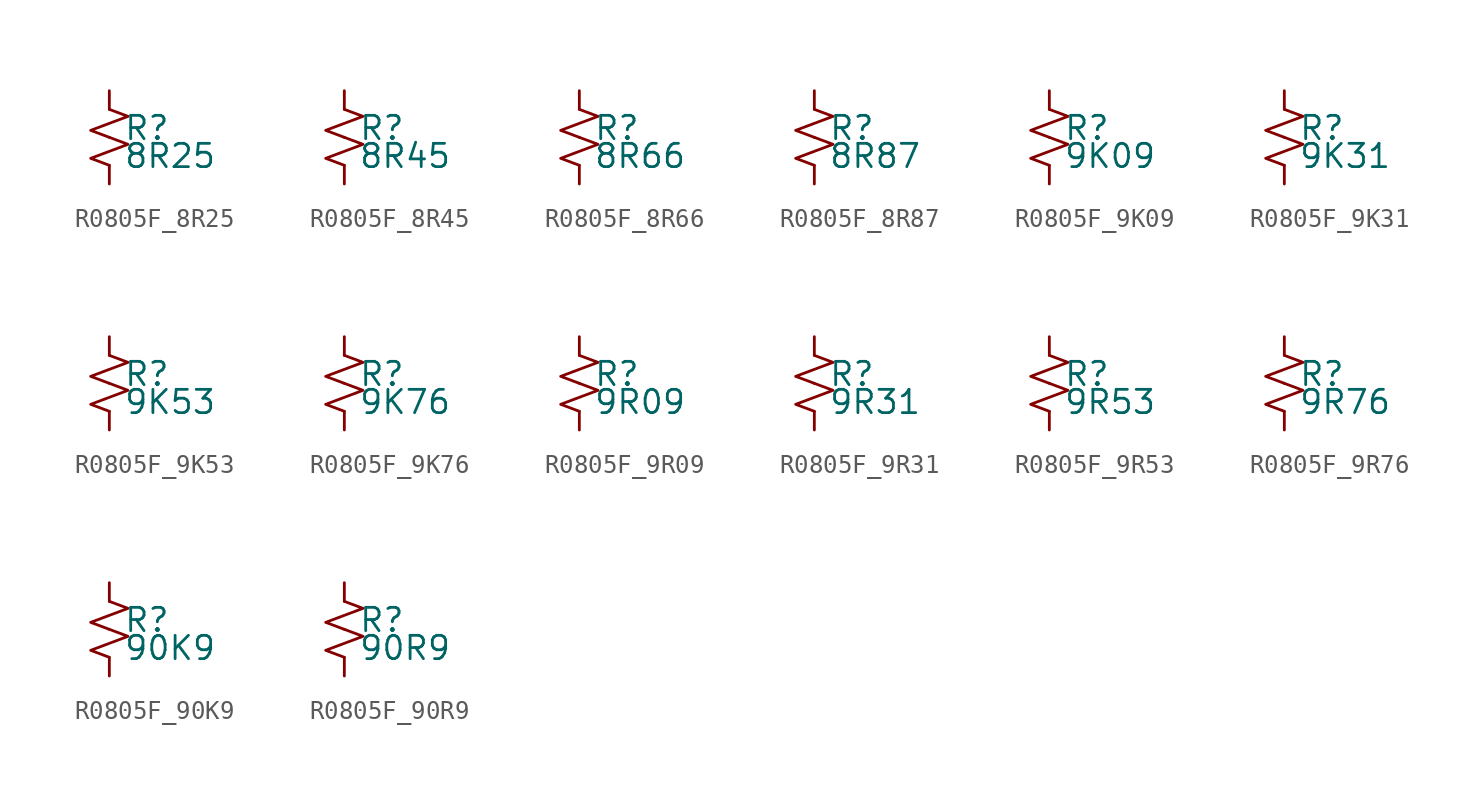
<source format=kicad_sym>
(kicad_symbol_lib
  (version 20220914)
  (generator kicad_symbol_editor)
  (symbol "R0805F_8R25"
    (pin_numbers hide)
    (pin_names
      (offset 0.254) hide)
    (property "Reference" "R"
      (at 0.762 0.508 0)
      (effects (font (size 1.27 1.27)) (justify left)))
    (property "Value" "8R25"
      (at 0.762 -1.016 0)
      (effects (font (size 1.27 1.27)) (justify left)))
    (symbol "R0805F_8R25_1_1"
      (polyline (pts (xy 0 0) (xy 1.016 -0.381) (xy 0 -0.762) (xy -1.016 -1.143) (xy 0 -1.524)) (stroke (width 0) (type default)) (fill (type none)))
      (polyline (pts (xy 0 1.524) (xy 1.016 1.143) (xy 0 0.762) (xy -1.016 0.381) (xy 0 0)) (stroke (width 0) (type default)) (fill (type none)))
      (pin passive line (at 0 2.54 270) (length 1.016) (name "~" (effects (font (size 1.27 1.27)))) (number "1" (effects (font (size 1.27 1.27)))))
      (pin passive line (at 0 -2.54 90) (length 1.016) (name "~" (effects (font (size 1.27 1.27)))) (number "2" (effects (font (size 1.27 1.27)))))))
  (symbol "R0805F_8R45"
    (pin_numbers hide)
    (pin_names
      (offset 0.254) hide)
    (property "Reference" "R"
      (at 0.762 0.508 0)
      (effects (font (size 1.27 1.27)) (justify left)))
    (property "Value" "8R45"
      (at 0.762 -1.016 0)
      (effects (font (size 1.27 1.27)) (justify left)))
    (symbol "R0805F_8R45_1_1"
      (polyline (pts (xy 0 0) (xy 1.016 -0.381) (xy 0 -0.762) (xy -1.016 -1.143) (xy 0 -1.524)) (stroke (width 0) (type default)) (fill (type none)))
      (polyline (pts (xy 0 1.524) (xy 1.016 1.143) (xy 0 0.762) (xy -1.016 0.381) (xy 0 0)) (stroke (width 0) (type default)) (fill (type none)))
      (pin passive line (at 0 2.54 270) (length 1.016) (name "~" (effects (font (size 1.27 1.27)))) (number "1" (effects (font (size 1.27 1.27)))))
      (pin passive line (at 0 -2.54 90) (length 1.016) (name "~" (effects (font (size 1.27 1.27)))) (number "2" (effects (font (size 1.27 1.27)))))))
  (symbol "R0805F_8R66"
    (pin_numbers hide)
    (pin_names
      (offset 0.254) hide)
    (property "Reference" "R"
      (at 0.762 0.508 0)
      (effects (font (size 1.27 1.27)) (justify left)))
    (property "Value" "8R66"
      (at 0.762 -1.016 0)
      (effects (font (size 1.27 1.27)) (justify left)))
    (symbol "R0805F_8R66_1_1"
      (polyline (pts (xy 0 0) (xy 1.016 -0.381) (xy 0 -0.762) (xy -1.016 -1.143) (xy 0 -1.524)) (stroke (width 0) (type default)) (fill (type none)))
      (polyline (pts (xy 0 1.524) (xy 1.016 1.143) (xy 0 0.762) (xy -1.016 0.381) (xy 0 0)) (stroke (width 0) (type default)) (fill (type none)))
      (pin passive line (at 0 2.54 270) (length 1.016) (name "~" (effects (font (size 1.27 1.27)))) (number "1" (effects (font (size 1.27 1.27)))))
      (pin passive line (at 0 -2.54 90) (length 1.016) (name "~" (effects (font (size 1.27 1.27)))) (number "2" (effects (font (size 1.27 1.27)))))))
  (symbol "R0805F_8R87"
    (pin_numbers hide)
    (pin_names
      (offset 0.254) hide)
    (property "Reference" "R"
      (at 0.762 0.508 0)
      (effects (font (size 1.27 1.27)) (justify left)))
    (property "Value" "8R87"
      (at 0.762 -1.016 0)
      (effects (font (size 1.27 1.27)) (justify left)))
    (symbol "R0805F_8R87_1_1"
      (polyline (pts (xy 0 0) (xy 1.016 -0.381) (xy 0 -0.762) (xy -1.016 -1.143) (xy 0 -1.524)) (stroke (width 0) (type default)) (fill (type none)))
      (polyline (pts (xy 0 1.524) (xy 1.016 1.143) (xy 0 0.762) (xy -1.016 0.381) (xy 0 0)) (stroke (width 0) (type default)) (fill (type none)))
      (pin passive line (at 0 2.54 270) (length 1.016) (name "~" (effects (font (size 1.27 1.27)))) (number "1" (effects (font (size 1.27 1.27)))))
      (pin passive line (at 0 -2.54 90) (length 1.016) (name "~" (effects (font (size 1.27 1.27)))) (number "2" (effects (font (size 1.27 1.27)))))))
  (symbol "R0805F_9K09"
    (pin_numbers hide)
    (pin_names
      (offset 0.254) hide)
    (property "Reference" "R"
      (at 0.762 0.508 0)
      (effects (font (size 1.27 1.27)) (justify left)))
    (property "Value" "9K09"
      (at 0.762 -1.016 0)
      (effects (font (size 1.27 1.27)) (justify left)))
    (symbol "R0805F_9K09_1_1"
      (polyline (pts (xy 0 0) (xy 1.016 -0.381) (xy 0 -0.762) (xy -1.016 -1.143) (xy 0 -1.524)) (stroke (width 0) (type default)) (fill (type none)))
      (polyline (pts (xy 0 1.524) (xy 1.016 1.143) (xy 0 0.762) (xy -1.016 0.381) (xy 0 0)) (stroke (width 0) (type default)) (fill (type none)))
      (pin passive line (at 0 2.54 270) (length 1.016) (name "~" (effects (font (size 1.27 1.27)))) (number "1" (effects (font (size 1.27 1.27)))))
      (pin passive line (at 0 -2.54 90) (length 1.016) (name "~" (effects (font (size 1.27 1.27)))) (number "2" (effects (font (size 1.27 1.27)))))))
  (symbol "R0805F_9K31"
    (pin_numbers hide)
    (pin_names
      (offset 0.254) hide)
    (property "Reference" "R"
      (at 0.762 0.508 0)
      (effects (font (size 1.27 1.27)) (justify left)))
    (property "Value" "9K31"
      (at 0.762 -1.016 0)
      (effects (font (size 1.27 1.27)) (justify left)))
    (symbol "R0805F_9K31_1_1"
      (polyline (pts (xy 0 0) (xy 1.016 -0.381) (xy 0 -0.762) (xy -1.016 -1.143) (xy 0 -1.524)) (stroke (width 0) (type default)) (fill (type none)))
      (polyline (pts (xy 0 1.524) (xy 1.016 1.143) (xy 0 0.762) (xy -1.016 0.381) (xy 0 0)) (stroke (width 0) (type default)) (fill (type none)))
      (pin passive line (at 0 2.54 270) (length 1.016) (name "~" (effects (font (size 1.27 1.27)))) (number "1" (effects (font (size 1.27 1.27)))))
      (pin passive line (at 0 -2.54 90) (length 1.016) (name "~" (effects (font (size 1.27 1.27)))) (number "2" (effects (font (size 1.27 1.27)))))))
  (symbol "R0805F_9K53"
    (pin_numbers hide)
    (pin_names
      (offset 0.254) hide)
    (property "Reference" "R"
      (at 0.762 0.508 0)
      (effects (font (size 1.27 1.27)) (justify left)))
    (property "Value" "9K53"
      (at 0.762 -1.016 0)
      (effects (font (size 1.27 1.27)) (justify left)))
    (symbol "R0805F_9K53_1_1"
      (polyline (pts (xy 0 0) (xy 1.016 -0.381) (xy 0 -0.762) (xy -1.016 -1.143) (xy 0 -1.524)) (stroke (width 0) (type default)) (fill (type none)))
      (polyline (pts (xy 0 1.524) (xy 1.016 1.143) (xy 0 0.762) (xy -1.016 0.381) (xy 0 0)) (stroke (width 0) (type default)) (fill (type none)))
      (pin passive line (at 0 2.54 270) (length 1.016) (name "~" (effects (font (size 1.27 1.27)))) (number "1" (effects (font (size 1.27 1.27)))))
      (pin passive line (at 0 -2.54 90) (length 1.016) (name "~" (effects (font (size 1.27 1.27)))) (number "2" (effects (font (size 1.27 1.27)))))))
  (symbol "R0805F_9K76"
    (pin_numbers hide)
    (pin_names
      (offset 0.254) hide)
    (property "Reference" "R"
      (at 0.762 0.508 0)
      (effects (font (size 1.27 1.27)) (justify left)))
    (property "Value" "9K76"
      (at 0.762 -1.016 0)
      (effects (font (size 1.27 1.27)) (justify left)))
    (symbol "R0805F_9K76_1_1"
      (polyline (pts (xy 0 0) (xy 1.016 -0.381) (xy 0 -0.762) (xy -1.016 -1.143) (xy 0 -1.524)) (stroke (width 0) (type default)) (fill (type none)))
      (polyline (pts (xy 0 1.524) (xy 1.016 1.143) (xy 0 0.762) (xy -1.016 0.381) (xy 0 0)) (stroke (width 0) (type default)) (fill (type none)))
      (pin passive line (at 0 2.54 270) (length 1.016) (name "~" (effects (font (size 1.27 1.27)))) (number "1" (effects (font (size 1.27 1.27)))))
      (pin passive line (at 0 -2.54 90) (length 1.016) (name "~" (effects (font (size 1.27 1.27)))) (number "2" (effects (font (size 1.27 1.27)))))))
  (symbol "R0805F_9R09"
    (pin_numbers hide)
    (pin_names
      (offset 0.254) hide)
    (property "Reference" "R"
      (at 0.762 0.508 0)
      (effects (font (size 1.27 1.27)) (justify left)))
    (property "Value" "9R09"
      (at 0.762 -1.016 0)
      (effects (font (size 1.27 1.27)) (justify left)))
    (symbol "R0805F_9R09_1_1"
      (polyline (pts (xy 0 0) (xy 1.016 -0.381) (xy 0 -0.762) (xy -1.016 -1.143) (xy 0 -1.524)) (stroke (width 0) (type default)) (fill (type none)))
      (polyline (pts (xy 0 1.524) (xy 1.016 1.143) (xy 0 0.762) (xy -1.016 0.381) (xy 0 0)) (stroke (width 0) (type default)) (fill (type none)))
      (pin passive line (at 0 2.54 270) (length 1.016) (name "~" (effects (font (size 1.27 1.27)))) (number "1" (effects (font (size 1.27 1.27)))))
      (pin passive line (at 0 -2.54 90) (length 1.016) (name "~" (effects (font (size 1.27 1.27)))) (number "2" (effects (font (size 1.27 1.27)))))))
  (symbol "R0805F_9R31"
    (pin_numbers hide)
    (pin_names
      (offset 0.254) hide)
    (property "Reference" "R"
      (at 0.762 0.508 0)
      (effects (font (size 1.27 1.27)) (justify left)))
    (property "Value" "9R31"
      (at 0.762 -1.016 0)
      (effects (font (size 1.27 1.27)) (justify left)))
    (symbol "R0805F_9R31_1_1"
      (polyline (pts (xy 0 0) (xy 1.016 -0.381) (xy 0 -0.762) (xy -1.016 -1.143) (xy 0 -1.524)) (stroke (width 0) (type default)) (fill (type none)))
      (polyline (pts (xy 0 1.524) (xy 1.016 1.143) (xy 0 0.762) (xy -1.016 0.381) (xy 0 0)) (stroke (width 0) (type default)) (fill (type none)))
      (pin passive line (at 0 2.54 270) (length 1.016) (name "~" (effects (font (size 1.27 1.27)))) (number "1" (effects (font (size 1.27 1.27)))))
      (pin passive line (at 0 -2.54 90) (length 1.016) (name "~" (effects (font (size 1.27 1.27)))) (number "2" (effects (font (size 1.27 1.27)))))))
  (symbol "R0805F_9R53"
    (pin_numbers hide)
    (pin_names
      (offset 0.254) hide)
    (property "Reference" "R"
      (at 0.762 0.508 0)
      (effects (font (size 1.27 1.27)) (justify left)))
    (property "Value" "9R53"
      (at 0.762 -1.016 0)
      (effects (font (size 1.27 1.27)) (justify left)))
    (symbol "R0805F_9R53_1_1"
      (polyline (pts (xy 0 0) (xy 1.016 -0.381) (xy 0 -0.762) (xy -1.016 -1.143) (xy 0 -1.524)) (stroke (width 0) (type default)) (fill (type none)))
      (polyline (pts (xy 0 1.524) (xy 1.016 1.143) (xy 0 0.762) (xy -1.016 0.381) (xy 0 0)) (stroke (width 0) (type default)) (fill (type none)))
      (pin passive line (at 0 2.54 270) (length 1.016) (name "~" (effects (font (size 1.27 1.27)))) (number "1" (effects (font (size 1.27 1.27)))))
      (pin passive line (at 0 -2.54 90) (length 1.016) (name "~" (effects (font (size 1.27 1.27)))) (number "2" (effects (font (size 1.27 1.27)))))))
  (symbol "R0805F_9R76"
    (pin_numbers hide)
    (pin_names
      (offset 0.254) hide)
    (property "Reference" "R"
      (at 0.762 0.508 0)
      (effects (font (size 1.27 1.27)) (justify left)))
    (property "Value" "9R76"
      (at 0.762 -1.016 0)
      (effects (font (size 1.27 1.27)) (justify left)))
    (symbol "R0805F_9R76_1_1"
      (polyline (pts (xy 0 0) (xy 1.016 -0.381) (xy 0 -0.762) (xy -1.016 -1.143) (xy 0 -1.524)) (stroke (width 0) (type default)) (fill (type none)))
      (polyline (pts (xy 0 1.524) (xy 1.016 1.143) (xy 0 0.762) (xy -1.016 0.381) (xy 0 0)) (stroke (width 0) (type default)) (fill (type none)))
      (pin passive line (at 0 2.54 270) (length 1.016) (name "~" (effects (font (size 1.27 1.27)))) (number "1" (effects (font (size 1.27 1.27)))))
      (pin passive line (at 0 -2.54 90) (length 1.016) (name "~" (effects (font (size 1.27 1.27)))) (number "2" (effects (font (size 1.27 1.27)))))))
  (symbol "R0805F_90K9"
    (pin_numbers hide)
    (pin_names
      (offset 0.254) hide)
    (property "Reference" "R"
      (at 0.762 0.508 0)
      (effects (font (size 1.27 1.27)) (justify left)))
    (property "Value" "90K9"
      (at 0.762 -1.016 0)
      (effects (font (size 1.27 1.27)) (justify left)))
    (symbol "R0805F_90K9_1_1"
      (polyline (pts (xy 0 0) (xy 1.016 -0.381) (xy 0 -0.762) (xy -1.016 -1.143) (xy 0 -1.524)) (stroke (width 0) (type default)) (fill (type none)))
      (polyline (pts (xy 0 1.524) (xy 1.016 1.143) (xy 0 0.762) (xy -1.016 0.381) (xy 0 0)) (stroke (width 0) (type default)) (fill (type none)))
      (pin passive line (at 0 2.54 270) (length 1.016) (name "~" (effects (font (size 1.27 1.27)))) (number "1" (effects (font (size 1.27 1.27)))))
      (pin passive line (at 0 -2.54 90) (length 1.016) (name "~" (effects (font (size 1.27 1.27)))) (number "2" (effects (font (size 1.27 1.27)))))))
  (symbol "R0805F_90R9"
    (pin_numbers hide)
    (pin_names
      (offset 0.254) hide)
    (property "Reference" "R"
      (at 0.762 0.508 0)
      (effects (font (size 1.27 1.27)) (justify left)))
    (property "Value" "90R9"
      (at 0.762 -1.016 0)
      (effects (font (size 1.27 1.27)) (justify left)))
    (symbol "R0805F_90R9_1_1"
      (polyline (pts (xy 0 0) (xy 1.016 -0.381) (xy 0 -0.762) (xy -1.016 -1.143) (xy 0 -1.524)) (stroke (width 0) (type default)) (fill (type none)))
      (polyline (pts (xy 0 1.524) (xy 1.016 1.143) (xy 0 0.762) (xy -1.016 0.381) (xy 0 0)) (stroke (width 0) (type default)) (fill (type none)))
      (pin passive line (at 0 2.54 270) (length 1.016) (name "~" (effects (font (size 1.27 1.27)))) (number "1" (effects (font (size 1.27 1.27)))))
      (pin passive line (at 0 -2.54 90) (length 1.016) (name "~" (effects (font (size 1.27 1.27)))) (number "2" (effects (font (size 1.27 1.27))))))))
</source>
